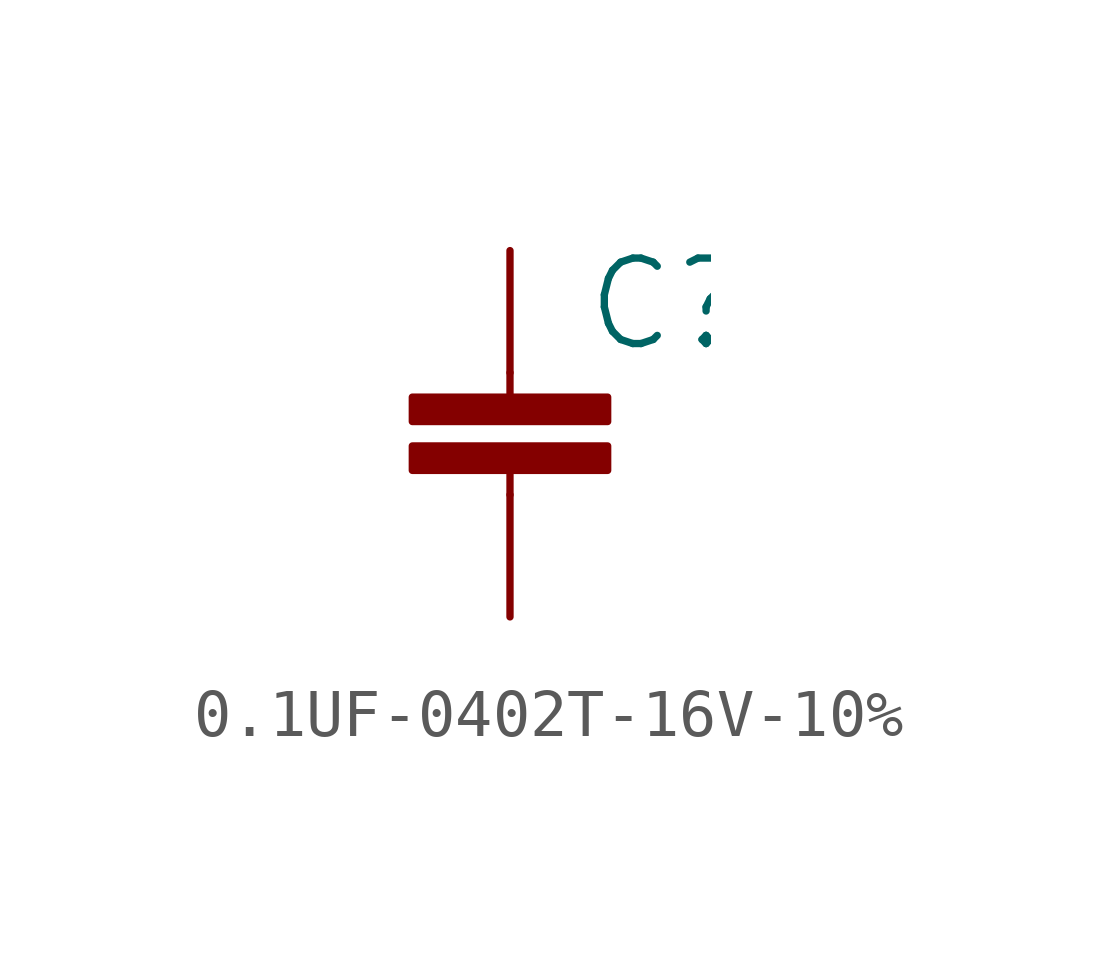
<source format=kicad_sym>
(kicad_symbol_lib
  (version 20220914)
  (generator kicad_symbol_editor)
  (symbol "0.1UF-0402T-16V-10%"
    (property "Reference" "C"
      (at 1.524 2.921 0)
      (effects (font (size 1.778 1.778)) (justify left bottom)))
    (property "Value" ""
      (at 1.524 -2.159 0)
      (effects (font (size 1.778 1.778)) (justify left bottom)))
    (property "ki_locked" ""
      (at 0 0 0)
      (effects (font (size 1.27 1.27))))
    (symbol "0.1UF-0402T-16V-10%_1_0"
      (rectangle (start -2.032 0.508) (end 2.032 1.016) (stroke (width 0) (type default)) (fill (type outline)))
      (rectangle (start -2.032 1.524) (end 2.032 2.032) (stroke (width 0) (type default)) (fill (type outline)))
      (polyline (pts (xy 0 0) (xy 0 0.508)) (stroke (width 0.152) (type solid)) (fill (type none)))
      (polyline (pts (xy 0 2.54) (xy 0 2.032)) (stroke (width 0.152) (type solid)) (fill (type none)))
      (pin passive line (at 0 5.08 270) (length 2.54) (name "1" (effects (font (size 0 0)))) (number "1" (effects (font (size 0 0)))))
      (pin passive line (at 0 -2.54 90) (length 2.54) (name "2" (effects (font (size 0 0)))) (number "2" (effects (font (size 0 0))))))))
</source>
